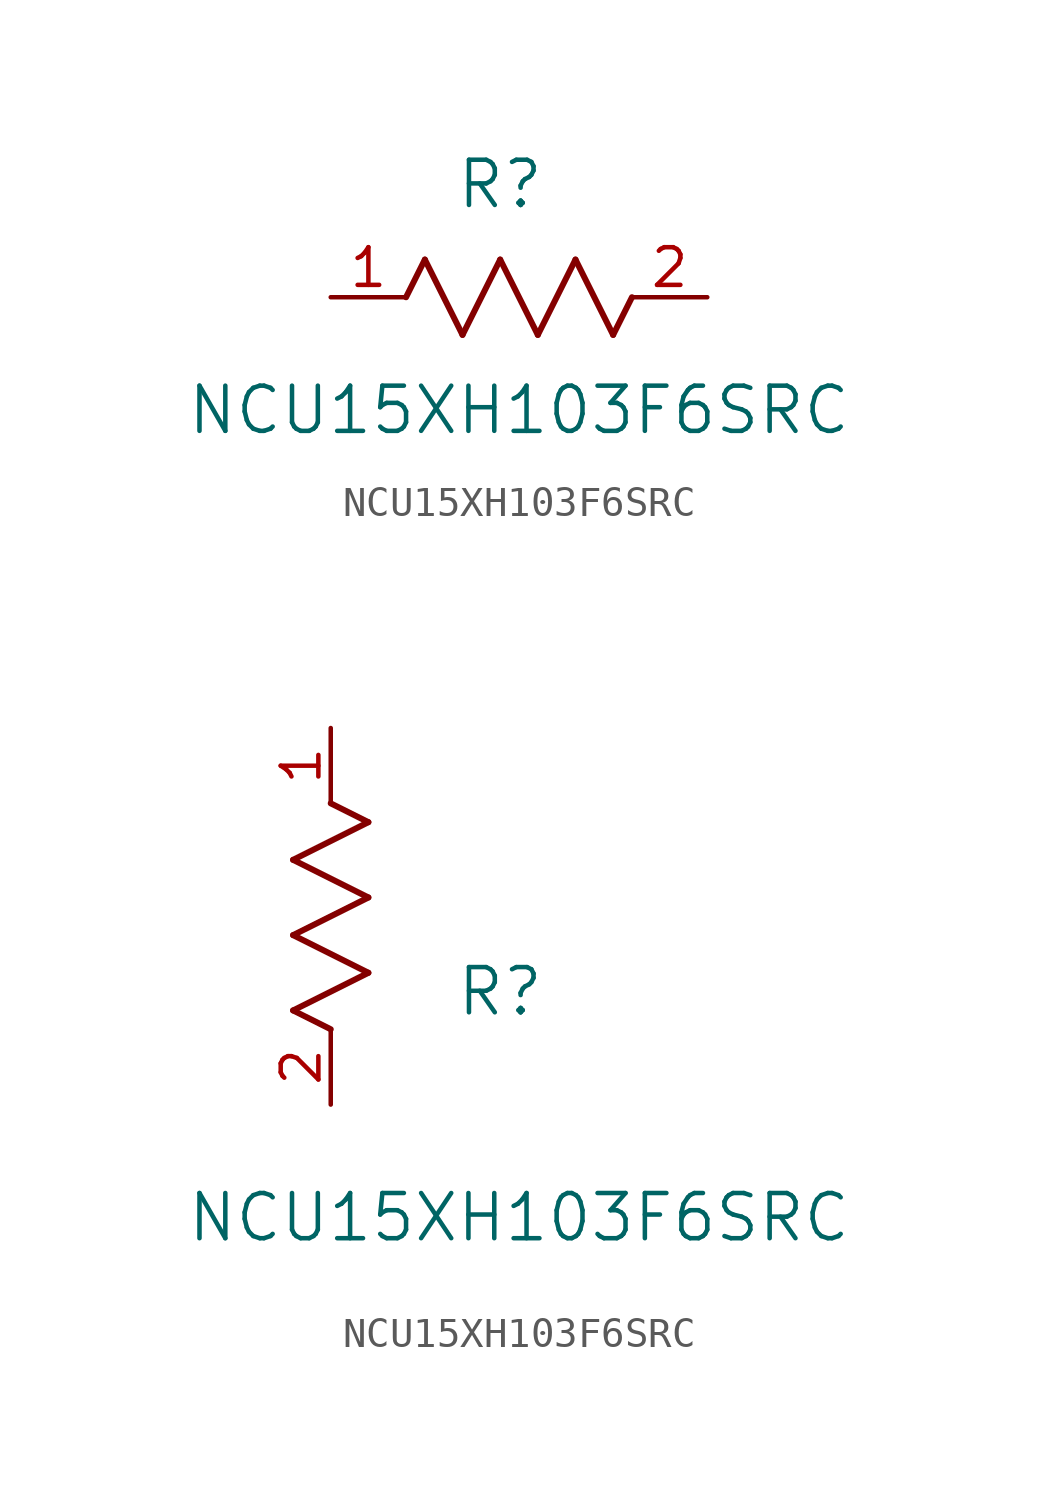
<source format=kicad_sym>
(kicad_symbol_lib
  (version 20211014)
  (generator kicad_symbol_editor)
  (symbol "NCU15XH103F6SRC"
    (pin_names
      (offset 0.254))
    (property "Reference" "R"
      (at 5.715 3.81 0)
      (effects (font (size 1.524 1.524))))
    (property "Value" "NCU15XH103F6SRC"
      (at 6.35 -3.81 0)
      (effects (font (size 1.524 1.524))))
    (symbol "NCU15XH103F6SRC_1_1"
      (polyline (pts (xy 3.175 1.27) (xy 4.445 -1.27)) (stroke (width 0.203) (type default) (color 0 0 0 0)) (fill (type none)))
      (polyline (pts (xy 4.445 -1.27) (xy 5.715 1.27)) (stroke (width 0.203) (type default) (color 0 0 0 0)) (fill (type none)))
      (polyline (pts (xy 5.715 1.27) (xy 6.985 -1.27)) (stroke (width 0.203) (type default) (color 0 0 0 0)) (fill (type none)))
      (polyline (pts (xy 6.985 -1.27) (xy 8.255 1.27)) (stroke (width 0.203) (type default) (color 0 0 0 0)) (fill (type none)))
      (polyline (pts (xy 8.255 1.27) (xy 9.525 -1.27)) (stroke (width 0.203) (type default) (color 0 0 0 0)) (fill (type none)))
      (polyline (pts (xy 2.54 0) (xy 3.175 1.27)) (stroke (width 0.203) (type default) (color 0 0 0 0)) (fill (type none)))
      (polyline (pts (xy 9.525 -1.27) (xy 10.16 0)) (stroke (width 0.203) (type default) (color 0 0 0 0)) (fill (type none)))
      (pin unspecified line (at 0 0 0) (length 2.54) (name "" (effects (font (size 1.27 1.27)))) (number "1" (effects (font (size 1.27 1.27)))))
      (pin unspecified line (at 12.7 0 180) (length 2.54) (name "" (effects (font (size 1.27 1.27)))) (number "2" (effects (font (size 1.27 1.27))))))
    (symbol "NCU15XH103F6SRC_1_2"
      (polyline (pts (xy 0 2.54) (xy -1.27 3.175)) (stroke (width 0.203) (type default) (color 0 0 0 0)) (fill (type none)))
      (polyline (pts (xy -1.27 3.175) (xy 1.27 4.445)) (stroke (width 0.203) (type default) (color 0 0 0 0)) (fill (type none)))
      (polyline (pts (xy 1.27 4.445) (xy -1.27 5.715)) (stroke (width 0.203) (type default) (color 0 0 0 0)) (fill (type none)))
      (polyline (pts (xy -1.27 5.715) (xy 1.27 6.985)) (stroke (width 0.203) (type default) (color 0 0 0 0)) (fill (type none)))
      (polyline (pts (xy -1.27 8.255) (xy 1.27 9.525)) (stroke (width 0.203) (type default) (color 0 0 0 0)) (fill (type none)))
      (polyline (pts (xy 1.27 9.525) (xy 0 10.16)) (stroke (width 0.203) (type default) (color 0 0 0 0)) (fill (type none)))
      (polyline (pts (xy 1.27 6.985) (xy -1.27 8.255)) (stroke (width 0.203) (type default) (color 0 0 0 0)) (fill (type none)))
      (pin unspecified line (at 0 12.7 270) (length 2.54) (name "" (effects (font (size 1.27 1.27)))) (number "1" (effects (font (size 1.27 1.27)))))
      (pin unspecified line (at 0 0 90) (length 2.54) (name "" (effects (font (size 1.27 1.27)))) (number "2" (effects (font (size 1.27 1.27))))))))
</source>
